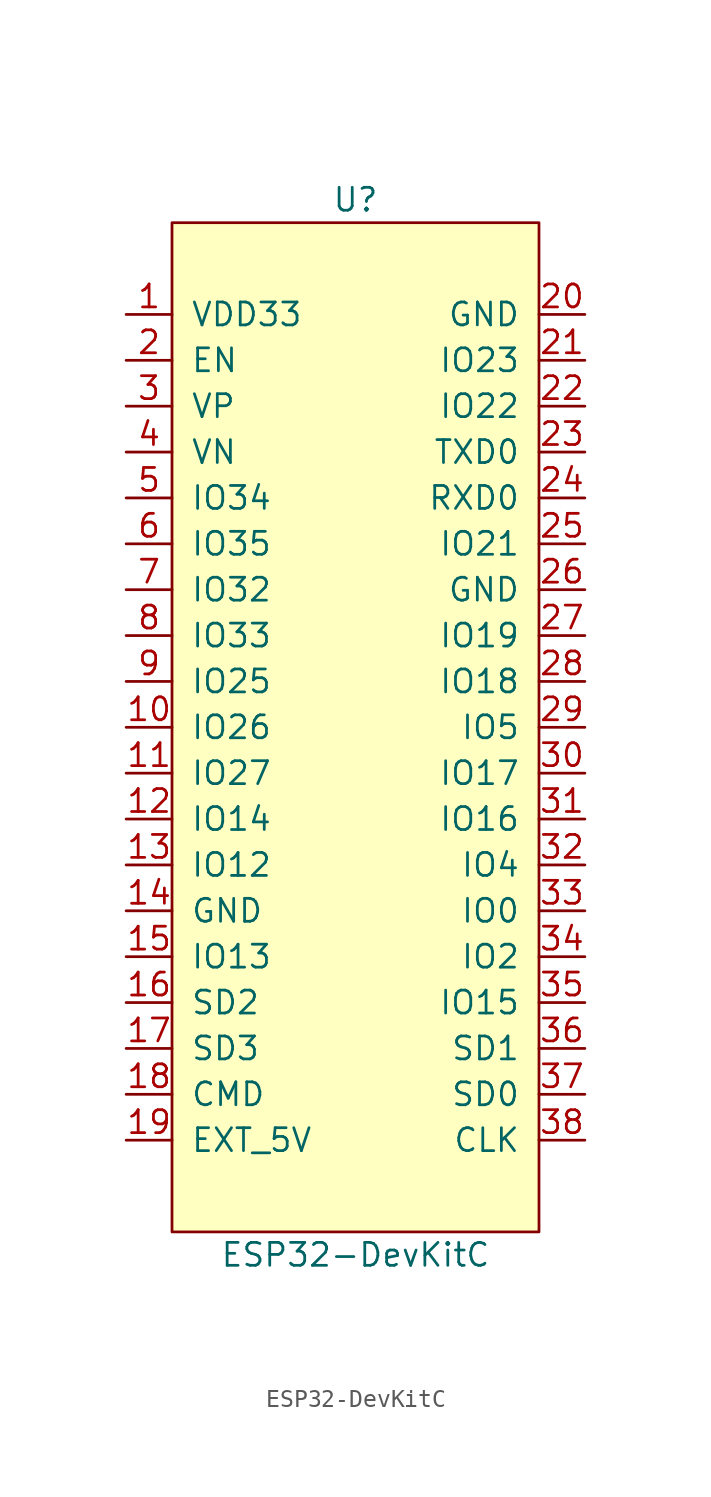
<source format=kicad_sym>
(kicad_symbol_lib
  (version 20241209)
  (generator "kicad_symbol_editor")
  (generator_version "9.0")
  (symbol "ESP32-DevKitC"
    (pin_names
      (offset 1.016))
    (property "Reference" "U"
      (at 0 26.67 0)
      (effects (font (size 1.27 1.27))))
    (property "Value" "ESP32-DevKitC"
      (at 0 -31.75 0)
      (effects (font (size 1.27 1.27))))
    (symbol "ESP32-DevKitC_0_1"
      (rectangle (start -10.16 25.4) (end 10.16 -30.48) (stroke (width 0) (type default)) (fill (type background))))
    (symbol "ESP32-DevKitC_1_1"
      (pin input line (at -12.7 20.32 0) (length 2.54) (name "VDD33" (effects (font (size 1.27 1.27)))) (number "1" (effects (font (size 1.27 1.27)))))
      (pin input line (at -12.7 17.78 0) (length 2.54) (name "EN" (effects (font (size 1.27 1.27)))) (number "2" (effects (font (size 1.27 1.27)))))
      (pin input line (at -12.7 15.24 0) (length 2.54) (name "VP" (effects (font (size 1.27 1.27)))) (number "3" (effects (font (size 1.27 1.27)))))
      (pin input line (at -12.7 12.7 0) (length 2.54) (name "VN" (effects (font (size 1.27 1.27)))) (number "4" (effects (font (size 1.27 1.27)))))
      (pin input line (at -12.7 10.16 0) (length 2.54) (name "IO34" (effects (font (size 1.27 1.27)))) (number "5" (effects (font (size 1.27 1.27)))))
      (pin input line (at -12.7 7.62 0) (length 2.54) (name "IO35" (effects (font (size 1.27 1.27)))) (number "6" (effects (font (size 1.27 1.27)))))
      (pin input line (at -12.7 5.08 0) (length 2.54) (name "IO32" (effects (font (size 1.27 1.27)))) (number "7" (effects (font (size 1.27 1.27)))))
      (pin input line (at -12.7 2.54 0) (length 2.54) (name "IO33" (effects (font (size 1.27 1.27)))) (number "8" (effects (font (size 1.27 1.27)))))
      (pin input line (at -12.7 0 0) (length 2.54) (name "IO25" (effects (font (size 1.27 1.27)))) (number "9" (effects (font (size 1.27 1.27)))))
      (pin input line (at -12.7 -2.54 0) (length 2.54) (name "IO26" (effects (font (size 1.27 1.27)))) (number "10" (effects (font (size 1.27 1.27)))))
      (pin input line (at -12.7 -5.08 0) (length 2.54) (name "IO27" (effects (font (size 1.27 1.27)))) (number "11" (effects (font (size 1.27 1.27)))))
      (pin input line (at -12.7 -7.62 0) (length 2.54) (name "IO14" (effects (font (size 1.27 1.27)))) (number "12" (effects (font (size 1.27 1.27)))))
      (pin input line (at -12.7 -10.16 0) (length 2.54) (name "IO12" (effects (font (size 1.27 1.27)))) (number "13" (effects (font (size 1.27 1.27)))))
      (pin input line (at -12.7 -12.7 0) (length 2.54) (name "GND" (effects (font (size 1.27 1.27)))) (number "14" (effects (font (size 1.27 1.27)))))
      (pin input line (at -12.7 -15.24 0) (length 2.54) (name "IO13" (effects (font (size 1.27 1.27)))) (number "15" (effects (font (size 1.27 1.27)))))
      (pin input line (at -12.7 -17.78 0) (length 2.54) (name "SD2" (effects (font (size 1.27 1.27)))) (number "16" (effects (font (size 1.27 1.27)))))
      (pin input line (at -12.7 -20.32 0) (length 2.54) (name "SD3" (effects (font (size 1.27 1.27)))) (number "17" (effects (font (size 1.27 1.27)))))
      (pin input line (at -12.7 -22.86 0) (length 2.54) (name "CMD" (effects (font (size 1.27 1.27)))) (number "18" (effects (font (size 1.27 1.27)))))
      (pin input line (at -12.7 -25.4 0) (length 2.54) (name "EXT_5V" (effects (font (size 1.27 1.27)))) (number "19" (effects (font (size 1.27 1.27)))))
      (pin input line (at 12.7 20.32 180) (length 2.54) (name "GND" (effects (font (size 1.27 1.27)))) (number "20" (effects (font (size 1.27 1.27)))))
      (pin input line (at 12.7 17.78 180) (length 2.54) (name "IO23" (effects (font (size 1.27 1.27)))) (number "21" (effects (font (size 1.27 1.27)))))
      (pin input line (at 12.7 15.24 180) (length 2.54) (name "IO22" (effects (font (size 1.27 1.27)))) (number "22" (effects (font (size 1.27 1.27)))))
      (pin input line (at 12.7 12.7 180) (length 2.54) (name "TXD0" (effects (font (size 1.27 1.27)))) (number "23" (effects (font (size 1.27 1.27)))))
      (pin input line (at 12.7 10.16 180) (length 2.54) (name "RXD0" (effects (font (size 1.27 1.27)))) (number "24" (effects (font (size 1.27 1.27)))))
      (pin input line (at 12.7 7.62 180) (length 2.54) (name "IO21" (effects (font (size 1.27 1.27)))) (number "25" (effects (font (size 1.27 1.27)))))
      (pin input line (at 12.7 5.08 180) (length 2.54) (name "GND" (effects (font (size 1.27 1.27)))) (number "26" (effects (font (size 1.27 1.27)))))
      (pin input line (at 12.7 2.54 180) (length 2.54) (name "IO19" (effects (font (size 1.27 1.27)))) (number "27" (effects (font (size 1.27 1.27)))))
      (pin input line (at 12.7 0 180) (length 2.54) (name "IO18" (effects (font (size 1.27 1.27)))) (number "28" (effects (font (size 1.27 1.27)))))
      (pin input line (at 12.7 -2.54 180) (length 2.54) (name "IO5" (effects (font (size 1.27 1.27)))) (number "29" (effects (font (size 1.27 1.27)))))
      (pin input line (at 12.7 -5.08 180) (length 2.54) (name "IO17" (effects (font (size 1.27 1.27)))) (number "30" (effects (font (size 1.27 1.27)))))
      (pin input line (at 12.7 -7.62 180) (length 2.54) (name "IO16" (effects (font (size 1.27 1.27)))) (number "31" (effects (font (size 1.27 1.27)))))
      (pin input line (at 12.7 -10.16 180) (length 2.54) (name "IO4" (effects (font (size 1.27 1.27)))) (number "32" (effects (font (size 1.27 1.27)))))
      (pin input line (at 12.7 -12.7 180) (length 2.54) (name "IO0" (effects (font (size 1.27 1.27)))) (number "33" (effects (font (size 1.27 1.27)))))
      (pin input line (at 12.7 -15.24 180) (length 2.54) (name "IO2" (effects (font (size 1.27 1.27)))) (number "34" (effects (font (size 1.27 1.27)))))
      (pin input line (at 12.7 -17.78 180) (length 2.54) (name "IO15" (effects (font (size 1.27 1.27)))) (number "35" (effects (font (size 1.27 1.27)))))
      (pin input line (at 12.7 -20.32 180) (length 2.54) (name "SD1" (effects (font (size 1.27 1.27)))) (number "36" (effects (font (size 1.27 1.27)))))
      (pin input line (at 12.7 -22.86 180) (length 2.54) (name "SD0" (effects (font (size 1.27 1.27)))) (number "37" (effects (font (size 1.27 1.27)))))
      (pin input line (at 12.7 -25.4 180) (length 2.54) (name "CLK" (effects (font (size 1.27 1.27)))) (number "38" (effects (font (size 1.27 1.27))))))))
</source>
